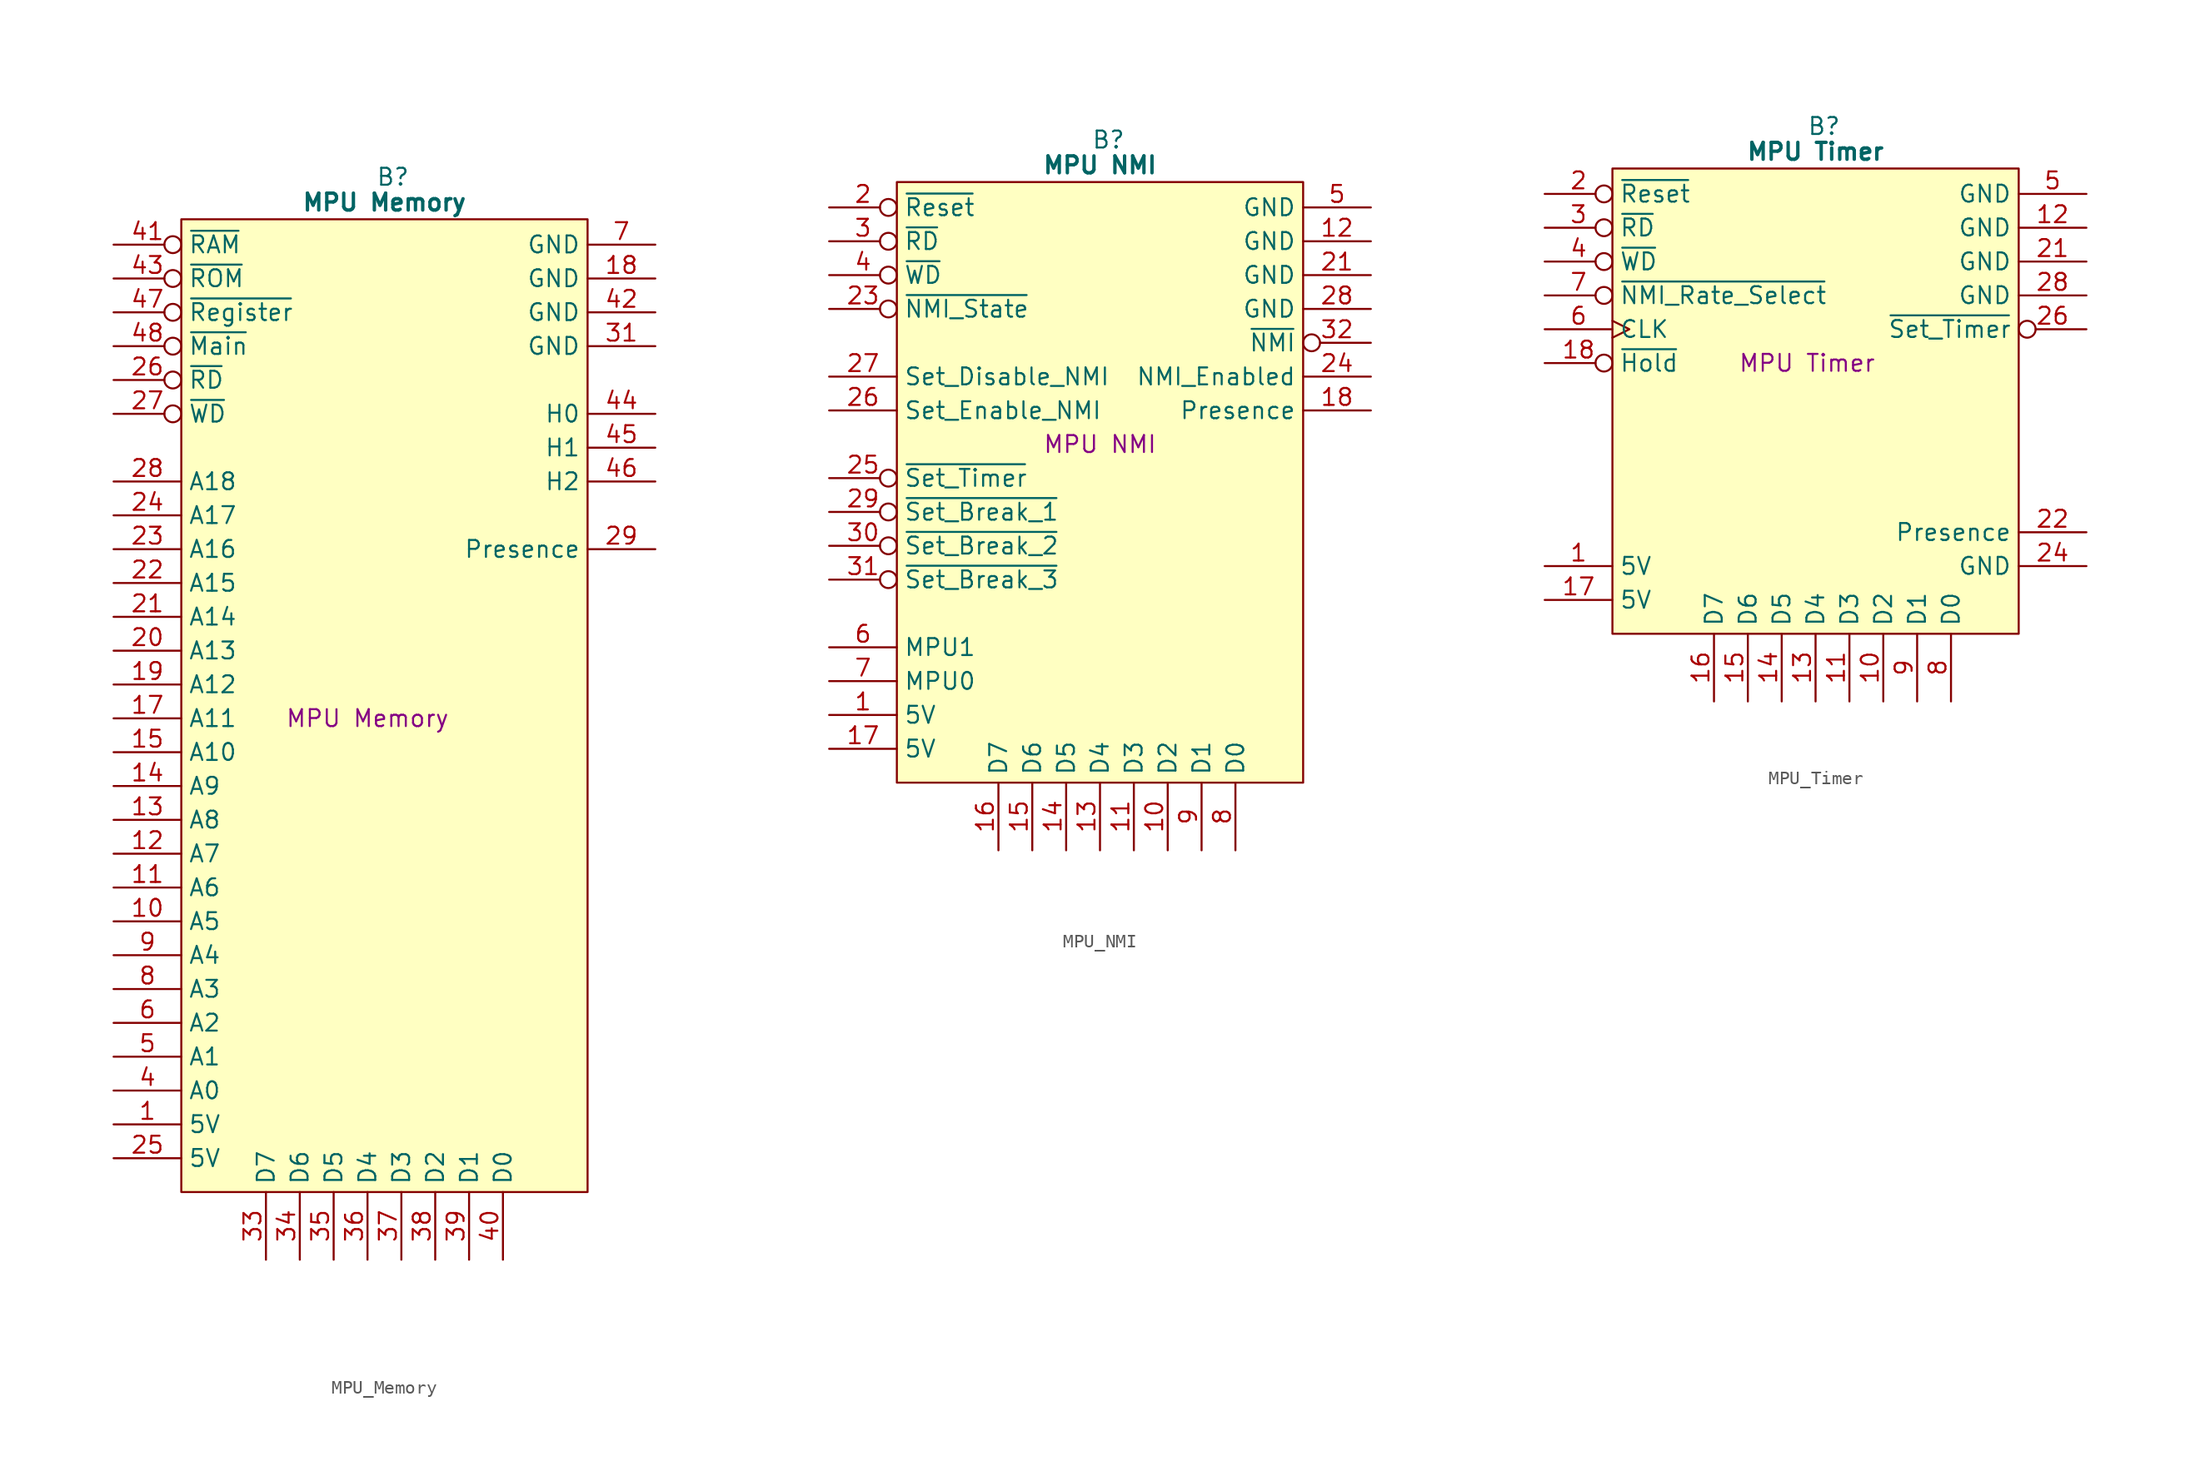
<source format=kicad_sym>
(kicad_symbol_lib
  (version 20241209)
  (generator "kicad_symbol_editor")
  (generator_version "9.0")
  (symbol "MPU_Memory"
    (property "Reference" "B"
      (at 15.875 5.08 0)
      (effects (font (size 1.27 1.27))))
    (property "Value" "MPU Memory"
      (at 15.24 3.175 0)
      (effects (font (size 1.27 1.27) (bold yes))))
    (property "Description" "MPU Memory"
      (at 13.97 -35.56 0)
      (effects (font (size 1.27 1.27))))
    (symbol "MPU_Memory_0_1"
      (polyline (pts (xy 0 1.905) (xy 30.48 1.905) (xy 30.48 -71.12) (xy 0 -71.12) (xy 0 1.905)) (stroke (width 0.152) (type default)) (fill (type background))))
    (symbol "MPU_Memory_1_0"
      (pin input inverted (at -5.08 -7.62 0) (length 5.08) (name "~{Main}" (effects (font (size 1.27 1.27)))) (number "48" (effects (font (size 1.27 1.27)))))
      (pin input line (at -5.08 -17.78 0) (length 5.08) (name "A18" (effects (font (size 1.27 1.27)))) (number "28" (effects (font (size 1.27 1.27)))))
      (pin input line (at -5.08 -20.32 0) (length 5.08) (name "A17" (effects (font (size 1.27 1.27)))) (number "24" (effects (font (size 1.27 1.27)))))
      (pin tri_state line (at 6.35 -76.2 90) (length 5.08) (name "D7" (effects (font (size 1.27 1.27)))) (number "33" (effects (font (size 1.27 1.27)))))
      (pin tri_state line (at 21.59 -76.2 90) (length 5.08) (name "D1" (effects (font (size 1.27 1.27)))) (number "39" (effects (font (size 1.27 1.27)))))
      (pin passive line (at 35.56 -7.62 180) (length 5.08) (name "GND" (effects (font (size 1.27 1.27)))) (number "31" (effects (font (size 1.27 1.27)))))
      (pin output line (at 35.56 -22.86 180) (length 5.08) (name "Presence" (effects (font (size 1.27 1.27)))) (number "29" (effects (font (size 1.27 1.27)))))
      (pin no_connect line (at 35.56 -66.04 180) (length 5.08) (hide yes) (name "N.C." (effects (font (size 1.27 1.27)))) (number "30" (effects (font (size 1.27 1.27)))))
      (pin no_connect line (at 35.56 -68.58 180) (length 5.08) (hide yes) (name "N.C." (effects (font (size 1.27 1.27)))) (number "32" (effects (font (size 1.27 1.27))))))
    (symbol "MPU_Memory_1_1"
      (pin input inverted (at -5.08 0 0) (length 5.08) (name "~{RAM}" (effects (font (size 1.27 1.27)))) (number "41" (effects (font (size 1.27 1.27)))))
      (pin input inverted (at -5.08 -2.54 0) (length 5.08) (name "~{ROM}" (effects (font (size 1.27 1.27)))) (number "43" (effects (font (size 1.27 1.27)))))
      (pin input inverted (at -5.08 -5.08 0) (length 5.08) (name "~{Register}" (effects (font (size 1.27 1.27)))) (number "47" (effects (font (size 1.27 1.27)))))
      (pin input inverted (at -5.08 -10.16 0) (length 5.08) (name "~{RD}" (effects (font (size 1.27 1.27)))) (number "26" (effects (font (size 1.27 1.27)))))
      (pin input inverted (at -5.08 -12.7 0) (length 5.08) (name "~{WD}" (effects (font (size 1.27 1.27)))) (number "27" (effects (font (size 1.27 1.27)))))
      (pin input line (at -5.08 -22.86 0) (length 5.08) (name "A16" (effects (font (size 1.27 1.27)))) (number "23" (effects (font (size 1.27 1.27)))))
      (pin input line (at -5.08 -25.4 0) (length 5.08) (name "A15" (effects (font (size 1.27 1.27)))) (number "22" (effects (font (size 1.27 1.27)))))
      (pin input line (at -5.08 -27.94 0) (length 5.08) (name "A14" (effects (font (size 1.27 1.27)))) (number "21" (effects (font (size 1.27 1.27)))))
      (pin input line (at -5.08 -30.48 0) (length 5.08) (name "A13" (effects (font (size 1.27 1.27)))) (number "20" (effects (font (size 1.27 1.27)))))
      (pin input line (at -5.08 -33.02 0) (length 5.08) (name "A12" (effects (font (size 1.27 1.27)))) (number "19" (effects (font (size 1.27 1.27)))))
      (pin input line (at -5.08 -35.56 0) (length 5.08) (name "A11" (effects (font (size 1.27 1.27)))) (number "17" (effects (font (size 1.27 1.27)))))
      (pin input line (at -5.08 -38.1 0) (length 5.08) (name "A10" (effects (font (size 1.27 1.27)))) (number "15" (effects (font (size 1.27 1.27)))))
      (pin input line (at -5.08 -40.64 0) (length 5.08) (name "A9" (effects (font (size 1.27 1.27)))) (number "14" (effects (font (size 1.27 1.27)))))
      (pin input line (at -5.08 -43.18 0) (length 5.08) (name "A8" (effects (font (size 1.27 1.27)))) (number "13" (effects (font (size 1.27 1.27)))))
      (pin input line (at -5.08 -45.72 0) (length 5.08) (name "A7" (effects (font (size 1.27 1.27)))) (number "12" (effects (font (size 1.27 1.27)))))
      (pin input line (at -5.08 -48.26 0) (length 5.08) (name "A6" (effects (font (size 1.27 1.27)))) (number "11" (effects (font (size 1.27 1.27)))))
      (pin input line (at -5.08 -50.8 0) (length 5.08) (name "A5" (effects (font (size 1.27 1.27)))) (number "10" (effects (font (size 1.27 1.27)))))
      (pin input line (at -5.08 -53.34 0) (length 5.08) (name "A4" (effects (font (size 1.27 1.27)))) (number "9" (effects (font (size 1.27 1.27)))))
      (pin input line (at -5.08 -55.88 0) (length 5.08) (name "A3" (effects (font (size 1.27 1.27)))) (number "8" (effects (font (size 1.27 1.27)))))
      (pin input line (at -5.08 -58.42 0) (length 5.08) (name "A2" (effects (font (size 1.27 1.27)))) (number "6" (effects (font (size 1.27 1.27)))))
      (pin input line (at -5.08 -60.96 0) (length 5.08) (name "A1" (effects (font (size 1.27 1.27)))) (number "5" (effects (font (size 1.27 1.27)))))
      (pin input line (at -5.08 -63.5 0) (length 5.08) (name "A0" (effects (font (size 1.27 1.27)))) (number "4" (effects (font (size 1.27 1.27)))))
      (pin passive line (at -5.08 -66.04 0) (length 5.08) (name "5V" (effects (font (size 1.27 1.27)))) (number "1" (effects (font (size 1.27 1.27)))))
      (pin passive line (at -5.08 -68.58 0) (length 5.08) (name "5V" (effects (font (size 1.27 1.27)))) (number "25" (effects (font (size 1.27 1.27)))))
      (pin tri_state line (at 8.89 -76.2 90) (length 5.08) (name "D6" (effects (font (size 1.27 1.27)))) (number "34" (effects (font (size 1.27 1.27)))))
      (pin tri_state line (at 11.43 -76.2 90) (length 5.08) (name "D5" (effects (font (size 1.27 1.27)))) (number "35" (effects (font (size 1.27 1.27)))))
      (pin tri_state line (at 13.97 -76.2 90) (length 5.08) (name "D4" (effects (font (size 1.27 1.27)))) (number "36" (effects (font (size 1.27 1.27)))))
      (pin tri_state line (at 16.51 -76.2 90) (length 5.08) (name "D3" (effects (font (size 1.27 1.27)))) (number "37" (effects (font (size 1.27 1.27)))))
      (pin tri_state line (at 19.05 -76.2 90) (length 5.08) (name "D2" (effects (font (size 1.27 1.27)))) (number "38" (effects (font (size 1.27 1.27)))))
      (pin tri_state line (at 24.13 -76.2 90) (length 5.08) (name "D0" (effects (font (size 1.27 1.27)))) (number "40" (effects (font (size 1.27 1.27)))))
      (pin passive line (at 35.56 0 180) (length 5.08) (name "GND" (effects (font (size 1.27 1.27)))) (number "7" (effects (font (size 1.27 1.27)))))
      (pin passive line (at 35.56 -2.54 180) (length 5.08) (name "GND" (effects (font (size 1.27 1.27)))) (number "18" (effects (font (size 1.27 1.27)))))
      (pin passive line (at 35.56 -5.08 180) (length 5.08) (name "GND" (effects (font (size 1.27 1.27)))) (number "42" (effects (font (size 1.27 1.27)))))
      (pin tri_state line (at 35.56 -12.7 180) (length 5.08) (name "H0" (effects (font (size 1.27 1.27)))) (number "44" (effects (font (size 1.27 1.27)))))
      (pin tri_state line (at 35.56 -15.24 180) (length 5.08) (name "H1" (effects (font (size 1.27 1.27)))) (number "45" (effects (font (size 1.27 1.27)))))
      (pin tri_state line (at 35.56 -17.78 180) (length 5.08) (name "H2" (effects (font (size 1.27 1.27)))) (number "46" (effects (font (size 1.27 1.27)))))
      (pin no_connect line (at 35.56 -58.42 180) (length 5.08) (hide yes) (name "N.C." (effects (font (size 1.27 1.27)))) (number "2" (effects (font (size 1.27 1.27)))))
      (pin no_connect line (at 35.56 -60.96 180) (length 5.08) (hide yes) (name "N.C." (effects (font (size 1.27 1.27)))) (number "3" (effects (font (size 1.27 1.27)))))
      (pin no_connect line (at 35.56 -63.5 180) (length 5.08) (hide yes) (name "N.C." (effects (font (size 1.27 1.27)))) (number "16" (effects (font (size 1.27 1.27)))))))
  (symbol "MPU_NMI"
    (property "Reference" "B"
      (at 15.875 5.08 0)
      (effects (font (size 1.27 1.27))))
    (property "Value" "MPU NMI"
      (at 15.24 3.175 0)
      (effects (font (size 1.27 1.27) (bold yes))))
    (property "Description" "MPU NMI"
      (at 15.24 -17.78 0)
      (effects (font (size 1.27 1.27))))
    (symbol "MPU_NMI_0_1"
      (polyline (pts (xy 0 1.905) (xy 30.48 1.905) (xy 30.48 -43.18) (xy 0 -43.18) (xy 0 1.905)) (stroke (width 0.152) (type default)) (fill (type background))))
    (symbol "MPU_NMI_1_0"
      (pin input line (at -5.08 -33.02 0) (length 5.08) (name "MPU1" (effects (font (size 1.27 1.27)))) (number "6" (effects (font (size 1.27 1.27))))))
    (symbol "MPU_NMI_1_1"
      (pin input inverted (at -5.08 0 0) (length 5.08) (name "~{Reset}" (effects (font (size 1.27 1.27)))) (number "2" (effects (font (size 1.27 1.27)))))
      (pin input inverted (at -5.08 -2.54 0) (length 5.08) (name "~{RD}" (effects (font (size 1.27 1.27)))) (number "3" (effects (font (size 1.27 1.27)))))
      (pin input inverted (at -5.08 -5.08 0) (length 5.08) (name "~{WD}" (effects (font (size 1.27 1.27)))) (number "4" (effects (font (size 1.27 1.27)))))
      (pin input inverted (at -5.08 -7.62 0) (length 5.08) (name "~{NMI_State}" (effects (font (size 1.27 1.27)))) (number "23" (effects (font (size 1.27 1.27)))))
      (pin input line (at -5.08 -12.7 0) (length 5.08) (name "Set_Disable_NMI" (effects (font (size 1.27 1.27)))) (number "27" (effects (font (size 1.27 1.27)))))
      (pin input line (at -5.08 -15.24 0) (length 5.08) (name "Set_Enable_NMI" (effects (font (size 1.27 1.27)))) (number "26" (effects (font (size 1.27 1.27)))))
      (pin input inverted (at -5.08 -20.32 0) (length 5.08) (name "~{Set_Timer}" (effects (font (size 1.27 1.27)))) (number "25" (effects (font (size 1.27 1.27)))))
      (pin input inverted (at -5.08 -22.86 0) (length 5.08) (name "~{Set_Break_1}" (effects (font (size 1.27 1.27)))) (number "29" (effects (font (size 1.27 1.27)))))
      (pin input inverted (at -5.08 -25.4 0) (length 5.08) (name "~{Set_Break_2}" (effects (font (size 1.27 1.27)))) (number "30" (effects (font (size 1.27 1.27)))))
      (pin input inverted (at -5.08 -27.94 0) (length 5.08) (name "~{Set_Break_3}" (effects (font (size 1.27 1.27)))) (number "31" (effects (font (size 1.27 1.27)))))
      (pin input line (at -5.08 -35.56 0) (length 5.08) (name "MPU0" (effects (font (size 1.27 1.27)))) (number "7" (effects (font (size 1.27 1.27)))))
      (pin passive line (at -5.08 -38.1 0) (length 5.08) (name "5V" (effects (font (size 1.27 1.27)))) (number "1" (effects (font (size 1.27 1.27)))))
      (pin passive line (at -5.08 -40.64 0) (length 5.08) (name "5V" (effects (font (size 1.27 1.27)))) (number "17" (effects (font (size 1.27 1.27)))))
      (pin tri_state line (at 7.62 -48.26 90) (length 5.08) (name "D7" (effects (font (size 1.27 1.27)))) (number "16" (effects (font (size 1.27 1.27)))))
      (pin tri_state line (at 10.16 -48.26 90) (length 5.08) (name "D6" (effects (font (size 1.27 1.27)))) (number "15" (effects (font (size 1.27 1.27)))))
      (pin tri_state line (at 12.7 -48.26 90) (length 5.08) (name "D5" (effects (font (size 1.27 1.27)))) (number "14" (effects (font (size 1.27 1.27)))))
      (pin tri_state line (at 15.24 -48.26 90) (length 5.08) (name "D4" (effects (font (size 1.27 1.27)))) (number "13" (effects (font (size 1.27 1.27)))))
      (pin tri_state line (at 17.78 -48.26 90) (length 5.08) (name "D3" (effects (font (size 1.27 1.27)))) (number "11" (effects (font (size 1.27 1.27)))))
      (pin tri_state line (at 20.32 -48.26 90) (length 5.08) (name "D2" (effects (font (size 1.27 1.27)))) (number "10" (effects (font (size 1.27 1.27)))))
      (pin tri_state line (at 22.86 -48.26 90) (length 5.08) (name "D1" (effects (font (size 1.27 1.27)))) (number "9" (effects (font (size 1.27 1.27)))))
      (pin tri_state line (at 25.4 -48.26 90) (length 5.08) (name "D0" (effects (font (size 1.27 1.27)))) (number "8" (effects (font (size 1.27 1.27)))))
      (pin passive line (at 35.56 0 180) (length 5.08) (name "GND" (effects (font (size 1.27 1.27)))) (number "5" (effects (font (size 1.27 1.27)))))
      (pin passive line (at 35.56 -2.54 180) (length 5.08) (name "GND" (effects (font (size 1.27 1.27)))) (number "12" (effects (font (size 1.27 1.27)))))
      (pin passive line (at 35.56 -5.08 180) (length 5.08) (name "GND" (effects (font (size 1.27 1.27)))) (number "21" (effects (font (size 1.27 1.27)))))
      (pin passive line (at 35.56 -7.62 180) (length 5.08) (name "GND" (effects (font (size 1.27 1.27)))) (number "28" (effects (font (size 1.27 1.27)))))
      (pin output inverted (at 35.56 -10.16 180) (length 5.08) (name "~{NMI}" (effects (font (size 1.27 1.27)))) (number "32" (effects (font (size 1.27 1.27)))))
      (pin output line (at 35.56 -12.7 180) (length 5.08) (name "NMI_Enabled" (effects (font (size 1.27 1.27)))) (number "24" (effects (font (size 1.27 1.27)))))
      (pin output line (at 35.56 -15.24 180) (length 5.08) (name "Presence" (effects (font (size 1.27 1.27)))) (number "18" (effects (font (size 1.27 1.27)))))
      (pin output line (at 35.56 -20.32 180) (length 5.08) (hide yes) (name "Break_1" (effects (font (size 1.27 1.27)))) (number "22" (effects (font (size 1.27 1.27)))))
      (pin output line (at 35.56 -22.86 180) (length 5.08) (hide yes) (name "Break_2" (effects (font (size 1.27 1.27)))) (number "20" (effects (font (size 1.27 1.27)))))
      (pin output line (at 35.56 -25.4 180) (length 5.08) (hide yes) (name "Break_3" (effects (font (size 1.27 1.27)))) (number "19" (effects (font (size 1.27 1.27)))))))
  (symbol "MPU_Timer"
    (property "Reference" "B"
      (at 15.875 5.08 0)
      (effects (font (size 1.27 1.27))))
    (property "Value" "MPU Timer"
      (at 15.24 3.175 0)
      (effects (font (size 1.27 1.27) (bold yes))))
    (property "Description" "MPU Timer"
      (at 14.605 -12.7 0)
      (effects (font (size 1.27 1.27))))
    (symbol "MPU_Timer_0_1"
      (polyline (pts (xy 0 1.905) (xy 30.48 1.905) (xy 30.48 -33.02) (xy 0 -33.02) (xy 0 1.905)) (stroke (width 0.152) (type default)) (fill (type background))))
    (symbol "MPU_Timer_1_0"
      (pin no_connect line (at 35.56 -12.7 180) (length 5.08) (hide yes) (name "N.C." (effects (font (size 1.27 1.27)))) (number "32" (effects (font (size 1.27 1.27))))))
    (symbol "MPU_Timer_1_1"
      (pin input inverted (at -5.08 0 0) (length 5.08) (name "~{Reset}" (effects (font (size 1.27 1.27)))) (number "2" (effects (font (size 1.27 1.27)))))
      (pin input inverted (at -5.08 -2.54 0) (length 5.08) (name "~{RD}" (effects (font (size 1.27 1.27)))) (number "3" (effects (font (size 1.27 1.27)))))
      (pin input inverted (at -5.08 -5.08 0) (length 5.08) (name "~{WD}" (effects (font (size 1.27 1.27)))) (number "4" (effects (font (size 1.27 1.27)))))
      (pin input inverted (at -5.08 -7.62 0) (length 5.08) (name "~{NMI_Rate_Select}" (effects (font (size 1.27 1.27)))) (number "7" (effects (font (size 1.27 1.27)))))
      (pin input clock (at -5.08 -10.16 0) (length 5.08) (name "CLK" (effects (font (size 1.27 1.27)))) (number "6" (effects (font (size 1.27 1.27)))))
      (pin input inverted (at -5.08 -12.7 0) (length 5.08) (name "~{Hold}" (effects (font (size 1.27 1.27)))) (number "18" (effects (font (size 1.27 1.27)))))
      (pin no_connect line (at -5.08 -15.24 0) (length 5.08) (hide yes) (name "N.C." (effects (font (size 1.27 1.27)))) (number "19" (effects (font (size 1.27 1.27)))))
      (pin no_connect line (at -5.08 -17.78 0) (length 5.08) (hide yes) (name "N.C." (effects (font (size 1.27 1.27)))) (number "20" (effects (font (size 1.27 1.27)))))
      (pin no_connect line (at -5.08 -22.86 0) (length 5.08) (hide yes) (name "N.C." (effects (font (size 1.27 1.27)))) (number "23" (effects (font (size 1.27 1.27)))))
      (pin passive line (at -5.08 -27.94 0) (length 5.08) (name "5V" (effects (font (size 1.27 1.27)))) (number "1" (effects (font (size 1.27 1.27)))))
      (pin passive line (at -5.08 -30.48 0) (length 5.08) (name "5V" (effects (font (size 1.27 1.27)))) (number "17" (effects (font (size 1.27 1.27)))))
      (pin tri_state line (at 7.62 -38.1 90) (length 5.08) (name "D7" (effects (font (size 1.27 1.27)))) (number "16" (effects (font (size 1.27 1.27)))))
      (pin tri_state line (at 10.16 -38.1 90) (length 5.08) (name "D6" (effects (font (size 1.27 1.27)))) (number "15" (effects (font (size 1.27 1.27)))))
      (pin tri_state line (at 12.7 -38.1 90) (length 5.08) (name "D5" (effects (font (size 1.27 1.27)))) (number "14" (effects (font (size 1.27 1.27)))))
      (pin tri_state line (at 15.24 -38.1 90) (length 5.08) (name "D4" (effects (font (size 1.27 1.27)))) (number "13" (effects (font (size 1.27 1.27)))))
      (pin tri_state line (at 17.78 -38.1 90) (length 5.08) (name "D3" (effects (font (size 1.27 1.27)))) (number "11" (effects (font (size 1.27 1.27)))))
      (pin tri_state line (at 20.32 -38.1 90) (length 5.08) (name "D2" (effects (font (size 1.27 1.27)))) (number "10" (effects (font (size 1.27 1.27)))))
      (pin tri_state line (at 22.86 -38.1 90) (length 5.08) (name "D1" (effects (font (size 1.27 1.27)))) (number "9" (effects (font (size 1.27 1.27)))))
      (pin tri_state line (at 25.4 -38.1 90) (length 5.08) (name "D0" (effects (font (size 1.27 1.27)))) (number "8" (effects (font (size 1.27 1.27)))))
      (pin passive line (at 35.56 0 180) (length 5.08) (name "GND" (effects (font (size 1.27 1.27)))) (number "5" (effects (font (size 1.27 1.27)))))
      (pin passive line (at 35.56 -2.54 180) (length 5.08) (name "GND" (effects (font (size 1.27 1.27)))) (number "12" (effects (font (size 1.27 1.27)))))
      (pin passive line (at 35.56 -5.08 180) (length 5.08) (name "GND" (effects (font (size 1.27 1.27)))) (number "21" (effects (font (size 1.27 1.27)))))
      (pin passive line (at 35.56 -7.62 180) (length 5.08) (name "GND" (effects (font (size 1.27 1.27)))) (number "28" (effects (font (size 1.27 1.27)))))
      (pin output inverted (at 35.56 -10.16 180) (length 5.08) (name "~{Set_Timer}" (effects (font (size 1.27 1.27)))) (number "26" (effects (font (size 1.27 1.27)))))
      (pin no_connect line (at 35.56 -15.24 180) (length 5.08) (hide yes) (name "N.C." (effects (font (size 1.27 1.27)))) (number "25" (effects (font (size 1.27 1.27)))))
      (pin no_connect line (at 35.56 -17.78 180) (length 5.08) (hide yes) (name "N.C." (effects (font (size 1.27 1.27)))) (number "27" (effects (font (size 1.27 1.27)))))
      (pin no_connect line (at 35.56 -20.32 180) (length 5.08) (hide yes) (name "N.C." (effects (font (size 1.27 1.27)))) (number "29" (effects (font (size 1.27 1.27)))))
      (pin no_connect line (at 35.56 -22.86 180) (length 5.08) (hide yes) (name "N.C." (effects (font (size 1.27 1.27)))) (number "30" (effects (font (size 1.27 1.27)))))
      (pin output line (at 35.56 -25.4 180) (length 5.08) (name "Presence" (effects (font (size 1.27 1.27)))) (number "22" (effects (font (size 1.27 1.27)))))
      (pin passive line (at 35.56 -27.94 180) (length 5.08) (name "GND" (effects (font (size 1.27 1.27)))) (number "24" (effects (font (size 1.27 1.27)))))
      (pin no_connect line (at 35.56 -30.48 180) (length 5.08) (hide yes) (name "N.C." (effects (font (size 1.27 1.27)))) (number "31" (effects (font (size 1.27 1.27))))))))
</source>
